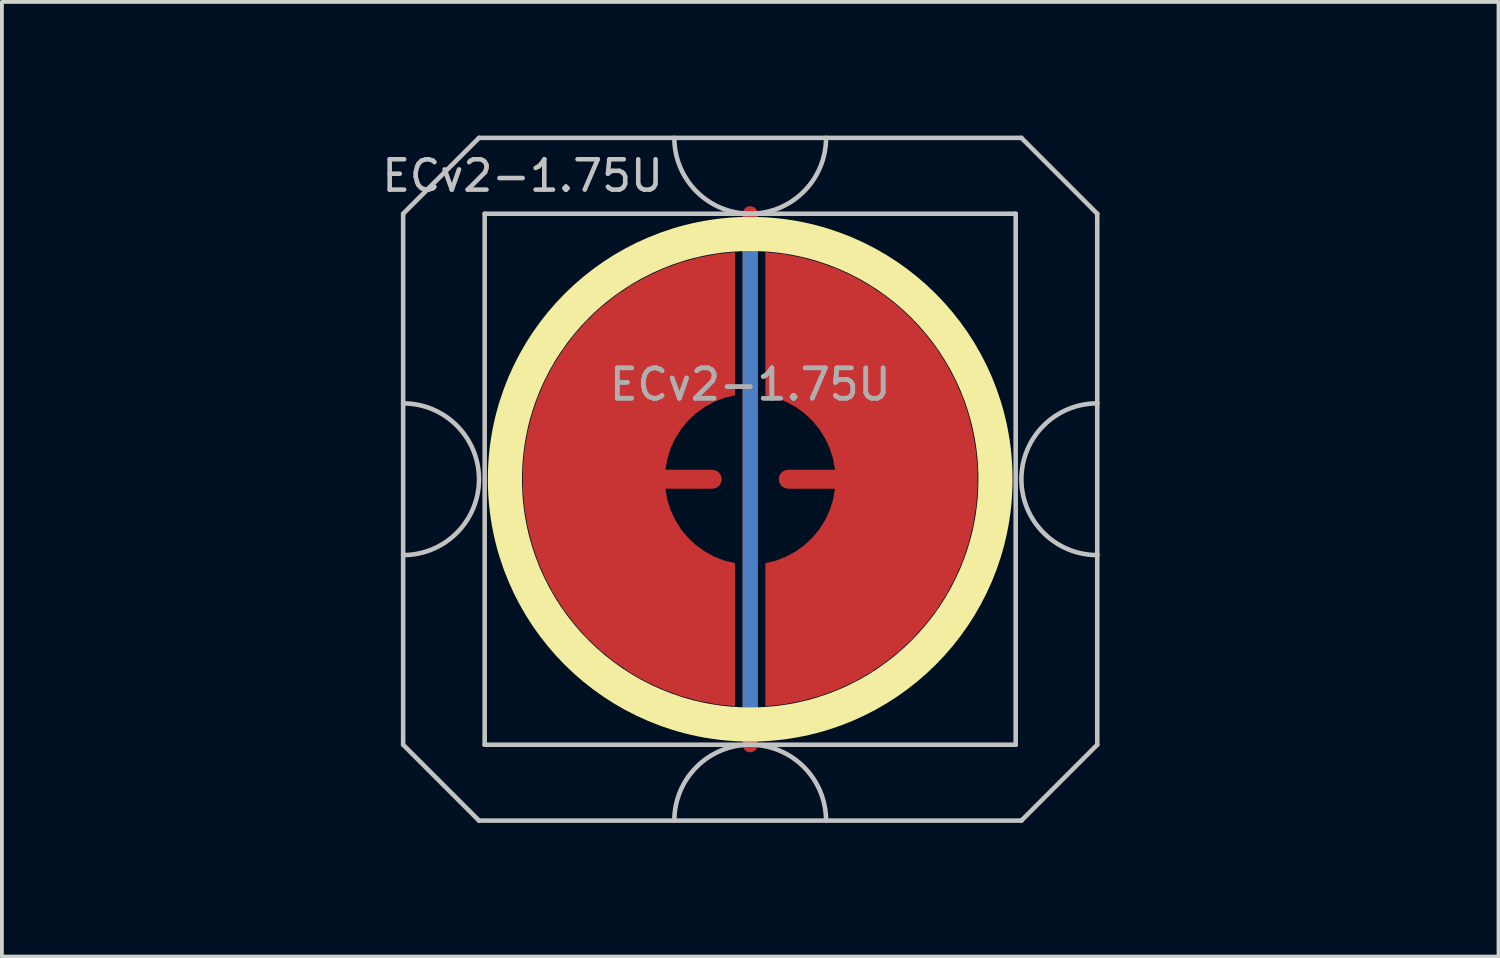
<source format=kicad_pcb>
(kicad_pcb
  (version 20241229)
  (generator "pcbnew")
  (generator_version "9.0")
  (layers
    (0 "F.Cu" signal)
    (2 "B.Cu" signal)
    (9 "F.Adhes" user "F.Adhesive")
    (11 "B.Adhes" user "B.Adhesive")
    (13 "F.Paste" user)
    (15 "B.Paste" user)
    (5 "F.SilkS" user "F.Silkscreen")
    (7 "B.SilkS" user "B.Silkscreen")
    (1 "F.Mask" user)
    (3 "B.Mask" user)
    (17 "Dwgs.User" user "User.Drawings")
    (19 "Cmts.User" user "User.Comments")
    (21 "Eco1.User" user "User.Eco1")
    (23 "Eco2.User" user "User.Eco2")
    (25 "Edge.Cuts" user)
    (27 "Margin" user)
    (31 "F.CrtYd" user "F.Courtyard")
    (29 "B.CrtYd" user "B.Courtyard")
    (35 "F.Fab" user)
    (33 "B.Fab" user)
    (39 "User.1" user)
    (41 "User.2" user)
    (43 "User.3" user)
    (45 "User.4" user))
  (footprint "ECv2-1.75U"
    (layer "F.Cu")
    (at 16.729 9.585)
    (property "Reference" "ECv2-1.75U" (at -6 -8 0) (layer "Dwgs.User") (effects (font (size 0.8 0.8) (thickness 0.12))))
    (attr smd exclude_from_pos_files exclude_from_bom)
    (fp_circle (center 0 0) (end 6.467 0) (stroke (width 0.9) (type solid)) (fill no) (layer "F.SilkS"))
    (fp_line (start -9.15 -7) (end -9.15 -2) (stroke (width 0.12) (type solid)) (layer "Dwgs.User"))
    (fp_line (start -9.15 -2) (end -9.15 2) (stroke (width 0.12) (type solid)) (layer "Dwgs.User"))
    (fp_line (start -9.15 2) (end -9.15 7) (stroke (width 0.12) (type solid)) (layer "Dwgs.User"))
    (fp_line (start -9.15 7) (end -7.15 9) (stroke (width 0.12) (type solid)) (layer "Dwgs.User"))
    (fp_line (start -7.15 -9) (end -9.15 -7) (stroke (width 0.12) (type solid)) (layer "Dwgs.User"))
    (fp_line (start -7.15 9) (end 7.15 9) (stroke (width 0.12) (type solid)) (layer "Dwgs.User"))
    (fp_line (start -7 -7) (end -7 7) (stroke (width 0.12) (type solid)) (layer "Dwgs.User"))
    (fp_line (start -7 7) (end 7 7) (stroke (width 0.12) (type solid)) (layer "Dwgs.User"))
    (fp_line (start 7 -7) (end -7 -7) (stroke (width 0.12) (type solid)) (layer "Dwgs.User"))
    (fp_line (start 7 7) (end 7 -7) (stroke (width 0.12) (type solid)) (layer "Dwgs.User"))
    (fp_line (start 7.15 -9) (end -7.15 -9) (stroke (width 0.12) (type solid)) (layer "Dwgs.User"))
    (fp_line (start 7.15 -9) (end 9.15 -7) (stroke (width 0.12) (type solid)) (layer "Dwgs.User"))
    (fp_line (start 7.15 9) (end 9.15 7) (stroke (width 0.12) (type solid)) (layer "Dwgs.User"))
    (fp_line (start 9.15 -2) (end 9.15 -7) (stroke (width 0.12) (type solid)) (layer "Dwgs.User"))
    (fp_line (start 9.15 -2) (end 9.15 2) (stroke (width 0.12) (type solid)) (layer "Dwgs.User"))
    (fp_line (start 9.15 7) (end 9.15 2) (stroke (width 0.12) (type solid)) (layer "Dwgs.User"))
    (fp_arc (start -9.15 -2) (mid -7.15 0) (end -9.15 2) (stroke (width 0.12) (type solid)) (layer "Dwgs.User"))
    (fp_arc (start -2 9) (mid 0 7) (end 2 9) (stroke (width 0.12) (type solid)) (layer "Dwgs.User"))
    (fp_arc (start 2 -9) (mid 0 -7) (end -2 -9) (stroke (width 0.12) (type solid)) (layer "Dwgs.User"))
    (fp_arc (start 9.15 2) (mid 7.15 0) (end 9.15 -2) (stroke (width 0.12) (type solid)) (layer "Dwgs.User"))
    (fp_line (start -16.669 -9.525) (end -16.669 9.525) (stroke (width 0.12) (type solid)) (layer "User.2"))
    (fp_line (start -16.669 -9.525) (end 16.669 -9.525) (stroke (width 0.12) (type solid)) (layer "User.2"))
    (fp_line (start -16.669 9.525) (end 16.669 9.525) (stroke (width 0.12) (type solid)) (layer "User.2"))
    (fp_line (start 16.669 -9.525) (end 16.669 9.525) (stroke (width 0.12) (type solid)) (layer "User.2"))
    (fp_text user "${REFERENCE}" (at 0 -2.5 0) (layer "F.Fab") (effects (font (size 0.8 0.8) (thickness 0.12))))
    (fp_text user "${REFERENCE}" (at 0 -2.5 0) (layer "F.Fab") (effects (font (size 0.8 0.8) (thickness 0.12))))
    (pad "1" smd custom (at -1 0) (size 0.4 0.4) (layers "F.Cu") (options (anchor circle)) (primitives (gr_poly (pts (xy 0.6 -2.214) (xy 0.32 -2.145) (xy 0.052 -2.041) (xy -0.201 -1.903) (xy -0.434 -1.734) (xy -0.644 -1.536) (xy -0.826 -1.314) (xy -0.979 -1.07) (xy -1.1 -0.808) (xy -1.186 -0.534) (xy -1.236 -0.25) (xy 0 -0.25) (xy 0.096 -0.231) (xy 0.177 -0.177) (xy 0.231 -0.096) (xy 0.25 0) (xy 0.231 0.096) (xy 0.177 0.177) (xy 0.096 0.231) (xy 0 0.25) (xy -1.236 0.25) (xy -1.186 0.534) (xy -1.1 0.808) (xy -0.979 1.07) (xy -0.826 1.314) (xy -0.644 1.536) (xy -0.434 1.734) (xy -0.201 1.903) (xy 0.052 2.041) (xy 0.32 2.145) (xy 0.6 2.214) (xy 0.6 5.987) (xy 0.115 5.934) (xy -0.364 5.843) (xy -0.834 5.713) (xy -1.292 5.545) (xy -1.735 5.341) (xy -2.159 5.101) (xy -2.563 4.827) (xy -2.943 4.522) (xy -3.298 4.187) (xy -3.623 3.824) (xy -3.919 3.436) (xy -4.182 3.025) (xy -4.41 2.594) (xy -4.603 2.147) (xy -4.759 1.684) (xy -4.876 1.211) (xy -4.955 0.73) (xy -4.995 0.244) (xy -4.995 -0.244) (xy -4.955 -0.73) (xy -4.876 -1.211) (xy -4.759 -1.684) (xy -4.603 -2.147) (xy -4.41 -2.594) (xy -4.182 -3.025) (xy -3.919 -3.436) (xy -3.623 -3.824) (xy -3.298 -4.187) (xy -2.943 -4.522) (xy -2.563 -4.827) (xy -2.159 -5.101) (xy -1.735 -5.341) (xy -1.292 -5.545) (xy -0.834 -5.713) (xy -0.364 -5.843) (xy 0.115 -5.934) (xy 0.6 -5.987)) (width 0) (fill yes))))
    (pad "2" smd custom (at 1 0 180) (size 0.4 0.4) (layers "F.Cu") (options (anchor circle)) (primitives (gr_poly (pts (xy 0.6 -2.214) (xy 0.32 -2.145) (xy 0.052 -2.041) (xy -0.201 -1.903) (xy -0.434 -1.734) (xy -0.644 -1.536) (xy -0.826 -1.314) (xy -0.979 -1.07) (xy -1.1 -0.808) (xy -1.186 -0.534) (xy -1.236 -0.25) (xy 0 -0.25) (xy 0.096 -0.231) (xy 0.177 -0.177) (xy 0.231 -0.096) (xy 0.25 0) (xy 0.231 0.096) (xy 0.177 0.177) (xy 0.096 0.231) (xy 0 0.25) (xy -1.236 0.25) (xy -1.186 0.534) (xy -1.1 0.808) (xy -0.979 1.07) (xy -0.826 1.314) (xy -0.644 1.536) (xy -0.434 1.734) (xy -0.201 1.903) (xy 0.052 2.041) (xy 0.32 2.145) (xy 0.6 2.214) (xy 0.6 5.987) (xy 0.115 5.934) (xy -0.364 5.843) (xy -0.834 5.713) (xy -1.292 5.545) (xy -1.735 5.341) (xy -2.159 5.101) (xy -2.563 4.827) (xy -2.943 4.522) (xy -3.298 4.187) (xy -3.623 3.824) (xy -3.919 3.436) (xy -4.182 3.025) (xy -4.41 2.594) (xy -4.603 2.147) (xy -4.759 1.684) (xy -4.876 1.211) (xy -4.955 0.73) (xy -4.995 0.244) (xy -4.995 -0.244) (xy -4.955 -0.73) (xy -4.876 -1.211) (xy -4.759 -1.684) (xy -4.603 -2.147) (xy -4.41 -2.594) (xy -4.182 -3.025) (xy -3.919 -3.436) (xy -3.623 -3.824) (xy -3.298 -4.187) (xy -2.943 -4.522) (xy -2.563 -4.827) (xy -2.159 -5.101) (xy -1.735 -5.341) (xy -1.292 -5.545) (xy -0.834 -5.713) (xy -0.364 -5.843) (xy 0.115 -5.934) (xy 0.6 -5.987)) (width 0) (fill yes))))
    (pad "3" smd custom (at 0 0) (size 0.4 0.4) (layers "F.Cu") (options (anchor rect)) (primitives (gr_line (start 0 -7) (end 0 7) (width 0.4))))
    (pad "3" smd custom (at 0 0) (size 0.4 0.4) (layers "B.Cu") (options (anchor rect)) (primitives (gr_line (start 0 -6.5) (end 0 6.5) (width 0.4))))
    (zone (net_name "") (layer "F.Cu") (hatch edge 0.508) (connect_pads) (min_thickness 0.254) (filled_areas_thickness no) (keepout (tracks allowed) (vias allowed) (pads allowed) (copperpour not_allowed) (footprints allowed)) (placement (enabled no)) (fill) (polygon (pts (xy 23.734 9.585) (xy 23.715 9.072) (xy 23.659 8.562) (xy 23.565 8.057) (xy 23.435 7.56) (xy 23.268 7.075) (xy 23.067 6.602) (xy 22.832 6.146) (xy 22.563 5.709) (xy 22.264 5.292) (xy 21.934 4.898) (xy 21.577 4.529) (xy 21.194 4.188) (xy 20.787 3.875) (xy 20.357 3.593) (xy 19.909 3.344) (xy 19.443 3.127) (xy 18.963 2.946) (xy 18.471 2.8) (xy 17.969 2.691) (xy 17.461 2.618) (xy 16.949 2.584) (xy 16.435 2.586) (xy 15.924 2.627) (xy 15.416 2.704) (xy 14.916 2.819) (xy 14.425 2.97) (xy 13.947 3.156) (xy 13.483 3.377) (xy 13.037 3.632) (xy 12.611 3.918) (xy 12.207 4.235) (xy 11.828 4.58) (xy 11.474 4.953) (xy 11.149 5.35) (xy 10.854 5.77) (xy 10.59 6.21) (xy 10.36 6.669) (xy 10.163 7.143) (xy 10.002 7.631) (xy 9.877 8.129) (xy 9.789 8.634) (xy 9.738 9.145) (xy 9.724 9.658) (xy 9.748 10.171) (xy 9.81 10.681) (xy 9.909 11.185) (xy 10.044 11.68) (xy 10.216 12.164) (xy 10.422 12.634) (xy 10.662 13.087) (xy 10.935 13.522) (xy 11.239 13.936) (xy 11.572 14.326) (xy 11.934 14.691) (xy 12.32 15.029) (xy 12.731 15.337) (xy 13.163 15.614) (xy 13.614 15.859) (xy 14.082 16.071) (xy 14.564 16.247) (xy 15.058 16.388) (xy 15.561 16.492) (xy 16.07 16.559) (xy 16.582 16.588) (xy 17.095 16.58) (xy 17.607 16.535) (xy 18.113 16.452) (xy 18.613 16.332) (xy 19.102 16.176) (xy 19.578 15.984) (xy 20.039 15.758) (xy 20.482 15.499) (xy 20.905 15.209) (xy 21.306 14.888) (xy 21.682 14.538) (xy 22.031 14.162) (xy 22.352 13.761) (xy 22.643 13.338) (xy 22.902 12.895) (xy 23.128 12.434) (xy 23.32 11.958) (xy 23.476 11.469) (xy 23.595 10.97) (xy 23.678 10.463) (xy 23.724 9.952))))
    (zone (net_name "") (layer "B.Cu") (hatch edge 0.508) (connect_pads) (min_thickness 0.254) (filled_areas_thickness no) (keepout (tracks allowed) (vias allowed) (pads allowed) (copperpour not_allowed) (footprints allowed)) (placement (enabled no)) (fill) (polygon (pts (xy 23.287 9.585) (xy 23.267 9.07) (xy 23.206 8.559) (xy 23.106 8.054) (xy 22.966 7.558) (xy 22.788 7.075) (xy 22.572 6.608) (xy 22.321 6.158) (xy 22.034 5.73) (xy 21.716 5.326) (xy 21.366 4.948) (xy 20.988 4.598) (xy 20.584 4.279) (xy 20.155 3.993) (xy 19.706 3.742) (xy 19.238 3.526) (xy 18.755 3.348) (xy 18.26 3.208) (xy 17.755 3.107) (xy 17.243 3.047) (xy 16.729 3.027) (xy 16.214 3.047) (xy 15.703 3.107) (xy 15.198 3.208) (xy 14.702 3.348) (xy 14.219 3.526) (xy 13.751 3.742) (xy 13.302 3.993) (xy 12.874 4.279) (xy 12.47 4.598) (xy 12.091 4.948) (xy 11.742 5.326) (xy 11.423 5.73) (xy 11.137 6.158) (xy 10.885 6.608) (xy 10.67 7.075) (xy 10.491 7.558) (xy 10.352 8.054) (xy 10.251 8.559) (xy 10.191 9.07) (xy 10.17 9.585) (xy 10.191 10.1) (xy 10.251 10.611) (xy 10.352 11.116) (xy 10.491 11.612) (xy 10.67 12.095) (xy 10.885 12.562) (xy 11.137 13.012) (xy 11.423 13.44) (xy 11.742 13.844) (xy 12.091 14.222) (xy 12.47 14.572) (xy 12.874 14.891) (xy 13.302 15.177) (xy 13.751 15.428) (xy 14.219 15.644) (xy 14.702 15.822) (xy 15.198 15.962) (xy 15.703 16.063) (xy 16.214 16.123) (xy 16.729 16.143) (xy 17.243 16.123) (xy 17.755 16.063) (xy 18.26 15.962) (xy 18.755 15.822) (xy 19.238 15.644) (xy 19.706 15.428) (xy 20.155 15.177) (xy 20.584 14.891) (xy 20.988 14.572) (xy 21.366 14.222) (xy 21.716 13.844) (xy 22.034 13.44) (xy 22.321 13.012) (xy 22.572 12.562) (xy 22.788 12.095) (xy 22.966 11.612) (xy 23.106 11.116) (xy 23.206 10.611) (xy 23.267 10.1)))))
  (gr_rect
    (start -3 -3)
    (end 36.458 22.17)
    (stroke (width 0.1) (type default))
    (fill no)
    (layer "Edge.Cuts")))
</source>
